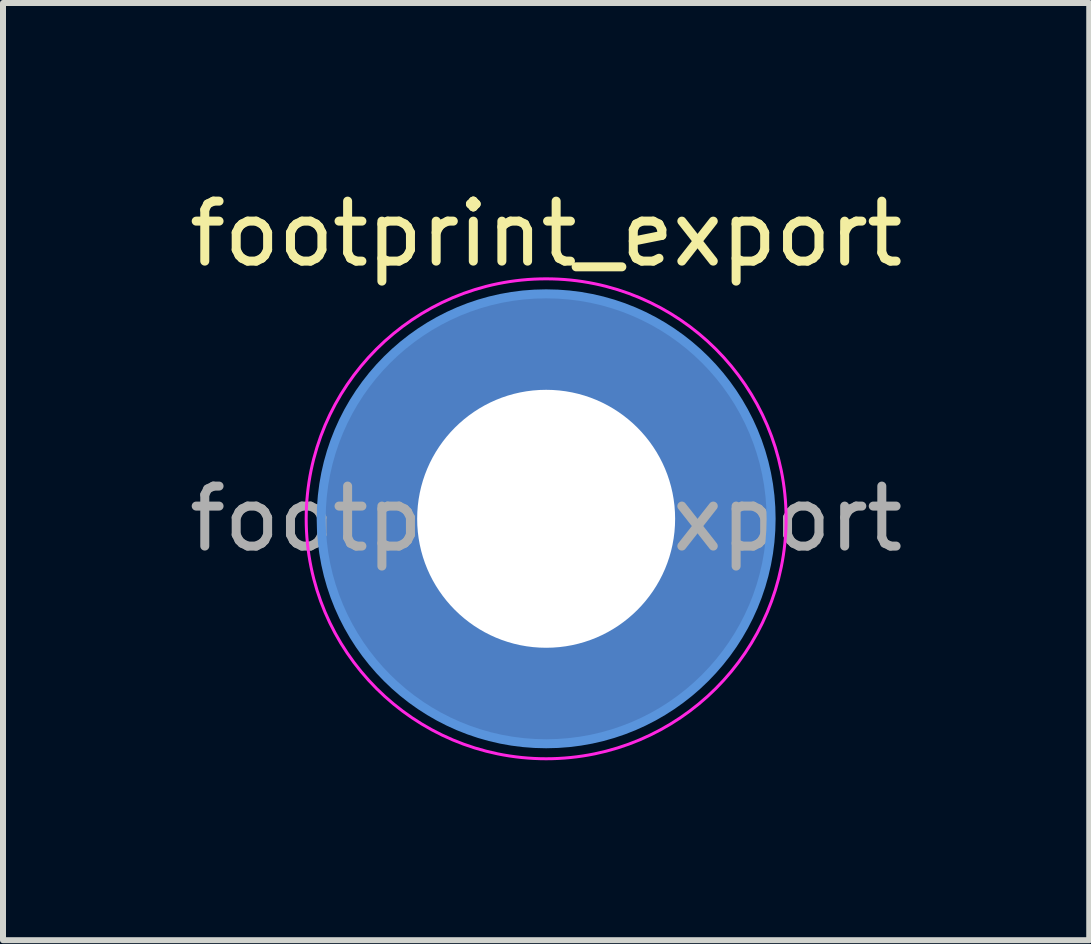
<source format=kicad_pcb>
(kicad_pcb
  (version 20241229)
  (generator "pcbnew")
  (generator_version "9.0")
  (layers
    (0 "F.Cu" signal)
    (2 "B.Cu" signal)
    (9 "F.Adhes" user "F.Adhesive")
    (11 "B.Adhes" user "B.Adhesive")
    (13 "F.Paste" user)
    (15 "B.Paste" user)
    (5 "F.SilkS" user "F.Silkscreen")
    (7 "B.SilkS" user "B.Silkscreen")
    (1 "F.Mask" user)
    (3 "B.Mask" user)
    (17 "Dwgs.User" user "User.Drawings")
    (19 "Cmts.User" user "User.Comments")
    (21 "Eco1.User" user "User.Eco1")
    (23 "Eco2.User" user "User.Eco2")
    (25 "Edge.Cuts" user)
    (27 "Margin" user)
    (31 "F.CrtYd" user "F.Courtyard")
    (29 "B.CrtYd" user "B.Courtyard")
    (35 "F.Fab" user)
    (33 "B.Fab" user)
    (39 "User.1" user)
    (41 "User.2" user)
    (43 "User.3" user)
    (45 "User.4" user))
  (footprint "footprint_export"
    (layer "F.Cu")
    (at 6.054 5.598)
    (property "Reference" "footprint_export" (at 0 -4.75 0) (layer "F.SilkS") (effects (font (size 1 1) (thickness 0.15))))
    (attr exclude_from_pos_files exclude_from_bom)
    (fp_circle (center 0 0) (end 3.75 0) (stroke (width 0.15) (type solid)) (fill no) (layer "Cmts.User"))
    (fp_circle (center 0 0) (end 4 0) (stroke (width 0.05) (type solid)) (fill no) (layer "F.CrtYd"))
    (fp_text user "${REFERENCE}" (at 0 0 0) (layer "F.Fab") (effects (font (size 1 1) (thickness 0.15))))
    (pad "1" thru_hole circle (at 0 0) (size 7.5 7.5) (drill 4.3) (layers "*.Cu" "*.Mask")))
  (gr_rect
    (start -3 -3)
    (end 15.107 12.623)
    (stroke (width 0.1) (type default))
    (fill no)
    (layer "Edge.Cuts")))
</source>
